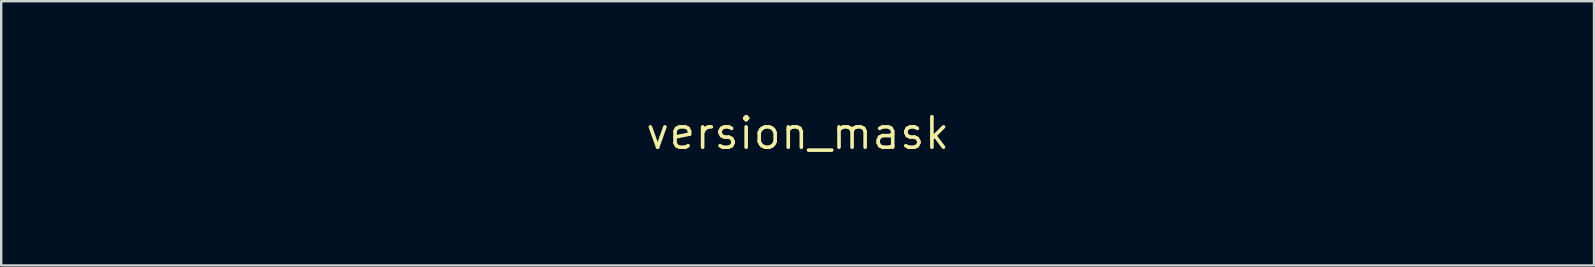
<source format=kicad_pcb>
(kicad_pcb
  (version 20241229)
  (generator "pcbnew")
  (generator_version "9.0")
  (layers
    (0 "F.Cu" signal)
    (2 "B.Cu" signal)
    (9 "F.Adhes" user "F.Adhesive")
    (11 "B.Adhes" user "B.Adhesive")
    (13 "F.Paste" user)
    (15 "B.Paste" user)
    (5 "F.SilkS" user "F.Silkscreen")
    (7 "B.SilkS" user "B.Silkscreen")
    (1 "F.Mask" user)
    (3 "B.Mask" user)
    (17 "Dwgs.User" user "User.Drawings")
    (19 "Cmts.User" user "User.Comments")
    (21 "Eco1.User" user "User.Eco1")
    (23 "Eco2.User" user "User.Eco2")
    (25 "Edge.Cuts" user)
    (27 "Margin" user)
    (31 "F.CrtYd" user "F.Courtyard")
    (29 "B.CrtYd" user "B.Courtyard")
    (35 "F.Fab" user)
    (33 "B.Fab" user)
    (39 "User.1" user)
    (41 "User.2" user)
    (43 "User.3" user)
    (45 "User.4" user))
  (footprint "version_mask"
    (layer "F.Cu")
    (at 30.193 2.505)
    (property "Reference" "version_mask" (at 0 0 0) (layer "F.SilkS") (effects (font (size 1.27 1.27) (thickness 0.15))))
    (attr through_hole)
    (fp_poly (pts (xy -7.027 -1.439) (xy -7.62 -1.439) (xy -7.62 -1.99) (xy -7.027 -1.99) (xy -7.027 -1.439)) (stroke (width 0.01) (type solid)) (fill yes) (layer "F.Mask"))
    (fp_poly (pts (xy -7.027 1.482) (xy -7.62 1.482) (xy -7.62 -1.016) (xy -7.027 -1.016) (xy -7.027 1.482)) (stroke (width 0.01) (type solid)) (fill yes) (layer "F.Mask"))
    (fp_poly (pts (xy -1.397 -1.439) (xy -1.99 -1.439) (xy -1.99 -1.99) (xy -1.397 -1.99) (xy -1.397 -1.439)) (stroke (width 0.01) (type solid)) (fill yes) (layer "F.Mask"))
    (fp_poly (pts (xy -1.397 1.482) (xy -1.99 1.482) (xy -1.99 -1.016) (xy -1.397 -1.016) (xy -1.397 1.482)) (stroke (width 0.01) (type solid)) (fill yes) (layer "F.Mask"))
    (fp_poly (pts (xy 3.133 1.482) (xy 2.498 1.482) (xy 2.498 -1.016) (xy 3.133 -1.016) (xy 3.133 1.482)) (stroke (width 0.01) (type solid)) (fill yes) (layer "F.Mask"))
    (fp_poly (pts (xy 1.98 -0.497) (xy 1.991 1.482) (xy 1.396 1.482) (xy 1.407 -0.497) (xy 1.418 -2.477) (xy 1.968 -2.477) (xy 1.98 -0.497)) (stroke (width 0.01) (type solid)) (fill yes) (layer "F.Mask"))
    (fp_poly (pts (xy -22.818 -0.466) (xy -23.41 -0.466) (xy -23.41 -0.974) (xy -23.918 -0.974) (xy -23.918 1.482) (xy -24.511 1.482) (xy -24.511 -1.482) (xy -22.818 -1.482) (xy -22.818 -0.466)) (stroke (width 0.01) (type solid)) (fill yes) (layer "F.Mask"))
    (fp_poly (pts (xy 5.376 1.482) (xy 4.784 1.482) (xy 4.784 -0.974) (xy 4.233 -0.974) (xy 4.233 1.482) (xy 3.641 1.482) (xy 3.641 -1.482) (xy 5.376 -1.482) (xy 5.376 1.482)) (stroke (width 0.01) (type solid)) (fill yes) (layer "F.Mask"))
    (fp_poly (pts (xy -25.061 1.482) (xy -26.797 1.482) (xy -26.797 -0.974) (xy -26.162 -0.974) (xy -26.162 0.974) (xy -25.654 0.974) (xy -25.654 -0.974) (xy -26.162 -0.974) (xy -26.797 -0.974) (xy -26.797 -1.482) (xy -25.061 -1.482) (xy -25.061 1.482)) (stroke (width 0.01) (type solid)) (fill yes) (layer "F.Mask"))
    (fp_poly (pts (xy -16.044 1.482) (xy -17.78 1.482) (xy -17.78 -0.974) (xy -17.145 -0.974) (xy -17.145 0.974) (xy -16.637 0.974) (xy -16.637 -0.974) (xy -17.145 -0.974) (xy -17.78 -0.974) (xy -17.78 -1.482) (xy -16.044 -1.482) (xy -16.044 1.482)) (stroke (width 0.01) (type solid)) (fill yes) (layer "F.Mask"))
    (fp_poly (pts (xy 3.133 -1.439) (xy 2.843 -1.439) (xy 2.694 -1.443) (xy 2.58 -1.453) (xy 2.526 -1.467) (xy 2.526 -1.468) (xy 2.511 -1.522) (xy 2.5 -1.634) (xy 2.498 -1.743) (xy 2.498 -1.99) (xy 3.133 -1.99) (xy 3.133 -1.439)) (stroke (width 0.01) (type solid)) (fill yes) (layer "F.Mask"))
    (fp_poly (pts (xy -4.784 -0.974) (xy -5.884 -0.974) (xy -5.884 -0.508) (xy -4.784 -0.508) (xy -4.784 1.482) (xy -6.519 1.482) (xy -6.519 0.974) (xy -5.376 0.974) (xy -5.376 0) (xy -6.519 0) (xy -6.519 -1.482) (xy -4.784 -1.482) (xy -4.784 -0.974)) (stroke (width 0.01) (type solid)) (fill yes) (layer "F.Mask"))
    (fp_poly (pts (xy -2.498 -0.466) (xy -3.133 -0.466) (xy -3.133 -0.974) (xy -3.641 -0.974) (xy -3.641 0.974) (xy -3.133 0.974) (xy -3.133 0.466) (xy -2.498 0.466) (xy -2.498 1.482) (xy -4.233 1.482) (xy -4.233 -1.482) (xy -2.498 -1.482) (xy -2.498 -0.466)) (stroke (width 0.01) (type solid)) (fill yes) (layer "F.Mask"))
    (fp_poly (pts (xy -13.801 -1.947) (xy -14.351 -1.947) (xy -14.351 -1.482) (xy -13.801 -1.482) (xy -13.801 -0.974) (xy -14.351 -0.974) (xy -14.351 1.482) (xy -14.944 1.482) (xy -14.944 -0.974) (xy -15.536 -0.974) (xy -15.536 -1.482) (xy -14.946 -1.482) (xy -14.934 -1.979) (xy -14.922 -2.477) (xy -13.801 -2.5) (xy -13.801 -1.947)) (stroke (width 0.01) (type solid)) (fill yes) (layer "F.Mask"))
    (fp_poly (pts (xy 0.847 1.482) (xy -0.251 1.482) (xy -0.263 1.979) (xy -0.275 2.477) (xy -0.561 2.489) (xy -0.847 2.502) (xy -0.847 -0.974) (xy -0.254 -0.974) (xy -0.254 0.974) (xy 0.254 0.974) (xy 0.254 -0.974) (xy -0.254 -0.974) (xy -0.847 -0.974) (xy -0.847 -1.482) (xy 0.847 -1.482) (xy 0.847 1.482)) (stroke (width 0.01) (type solid)) (fill yes) (layer "F.Mask"))
    (fp_poly (pts (xy 7.62 0.508) (xy 6.519 0.508) (xy 6.519 0.974) (xy 7.62 0.974) (xy 7.62 1.482) (xy 5.884 1.482) (xy 5.884 -0.974) (xy 6.519 -0.974) (xy 6.519 0) (xy 7.027 0) (xy 7.027 -0.974) (xy 6.519 -0.974) (xy 5.884 -0.974) (xy 5.884 -1.482) (xy 7.62 -1.482) (xy 7.62 0.508)) (stroke (width 0.01) (type solid)) (fill yes) (layer "F.Mask"))
    (fp_poly (pts (xy -21.673 -1.016) (xy -21.167 -1.016) (xy -21.167 -1.482) (xy -20.532 -1.482) (xy -20.532 -0.466) (xy -21.124 -0.466) (xy -21.124 0) (xy -20.532 0) (xy -20.532 1.482) (xy -21.167 1.482) (xy -21.167 0.508) (xy -21.675 0.508) (xy -21.675 1.482) (xy -22.268 1.482) (xy -22.257 -0.497) (xy -22.246 -2.477) (xy -21.696 -2.477) (xy -21.673 -1.016)) (stroke (width 0.01) (type solid)) (fill yes) (layer "F.Mask"))
    (fp_poly (pts (xy 23.961 -1.482) (xy 24.511 -1.482) (xy 24.511 0) (xy 23.961 0) (xy 23.961 0.508) (xy 22.818 0.508) (xy 22.818 0) (xy 22.225 0) (xy 22.225 -1.439) (xy 22.86 -1.439) (xy 22.86 0) (xy 23.918 0) (xy 23.918 -1.439) (xy 22.86 -1.439) (xy 22.225 -1.439) (xy 22.225 -1.482) (xy 22.818 -1.482) (xy 22.818 -1.99) (xy 23.961 -1.99) (xy 23.961 -1.482)) (stroke (width 0.01) (type solid)) (fill yes) (layer "F.Mask"))
    (fp_poly (pts (xy 26.797 -1.482) (xy 27.347 -1.482) (xy 27.347 0) (xy 26.797 0) (xy 26.797 0.508) (xy 25.612 0.508) (xy 25.612 0) (xy 25.061 0) (xy 25.061 -1.439) (xy 25.654 -1.439) (xy 25.654 0) (xy 26.755 0) (xy 26.755 -1.439) (xy 25.654 -1.439) (xy 25.061 -1.439) (xy 25.061 -1.482) (xy 25.612 -1.482) (xy 25.612 -1.99) (xy 26.797 -1.99) (xy 26.797 -1.482)) (stroke (width 0.01) (type solid)) (fill yes) (layer "F.Mask"))
    (fp_poly (pts (xy 21.167 -1.482) (xy 21.717 -1.482) (xy 21.717 -0.974) (xy 21.167 -0.974) (xy 21.167 -0.466) (xy 20.574 -0.466) (xy 20.574 0) (xy 21.717 0) (xy 21.717 0.508) (xy 19.431 0.508) (xy 19.431 0) (xy 19.981 0) (xy 19.981 -0.508) (xy 20.532 -0.508) (xy 20.532 -1.016) (xy 21.124 -1.016) (xy 21.124 -1.439) (xy 19.431 -1.439) (xy 19.431 -1.99) (xy 21.167 -1.99) (xy 21.167 -1.482)) (stroke (width 0.01) (type solid)) (fill yes) (layer "F.Mask"))
    (fp_poly (pts (xy 30.184 -0.466) (xy 29.591 -0.466) (xy 29.591 0) (xy 29.041 0) (xy 29.041 1.016) (xy 28.49 1.016) (xy 28.49 1.482) (xy 27.855 1.482) (xy 27.855 0.466) (xy 28.448 0.466) (xy 28.448 0) (xy 28.998 0) (xy 28.998 -1.016) (xy 29.549 -1.016) (xy 29.549 -1.439) (xy 28.49 -1.439) (xy 28.49 -0.974) (xy 27.855 -0.974) (xy 27.855 -1.99) (xy 30.184 -1.99) (xy 30.184 -0.466)) (stroke (width 0.01) (type solid)) (fill yes) (layer "F.Mask"))
    (fp_poly (pts (xy 15.515 -1.968) (xy 15.528 -1.725) (xy 15.541 -1.482) (xy 16.087 -1.482) (xy 16.087 -0.974) (xy 15.541 -0.974) (xy 15.515 -0.487) (xy 15.229 -0.474) (xy 14.944 -0.462) (xy 14.944 0) (xy 16.087 0) (xy 16.087 0.508) (xy 13.801 0.508) (xy 13.801 0) (xy 14.351 0) (xy 14.351 -0.508) (xy 14.901 -0.508) (xy 14.901 -1.016) (xy 15.494 -1.016) (xy 15.494 -1.439) (xy 13.801 -1.439) (xy 13.801 -1.991) (xy 15.515 -1.968)) (stroke (width 0.01) (type solid)) (fill yes) (layer "F.Mask"))
    (fp_poly (pts (xy 10.997 -1.979) (xy 11.009 -1.482) (xy 11.557 -1.482) (xy 11.557 0) (xy 12.107 0) (xy 12.107 -1.482) (xy 12.655 -1.482) (xy 12.667 -1.979) (xy 12.679 -2.477) (xy 13.229 -2.477) (xy 13.241 -1.725) (xy 13.252 -0.974) (xy 12.7 -0.974) (xy 12.7 0.508) (xy 12.15 0.508) (xy 12.15 1.482) (xy 11.515 1.482) (xy 11.515 0.508) (xy 10.964 0.508) (xy 10.964 -0.974) (xy 10.412 -0.974) (xy 10.424 -1.725) (xy 10.435 -2.477) (xy 10.986 -2.477) (xy 10.997 -1.979)) (stroke (width 0.01) (type solid)) (fill yes) (layer "F.Mask"))
    (fp_poly (pts (xy -8.729 -2.233) (xy -8.716 -1.99) (xy -8.17 -1.99) (xy -8.17 1.016) (xy -8.721 1.016) (xy -8.721 1.482) (xy -11.007 1.482) (xy -11.007 0.974) (xy -10.456 0.974) (xy -10.456 -1.947) (xy -9.821 -1.947) (xy -9.821 0.974) (xy -9.313 0.974) (xy -9.313 0.466) (xy -8.763 0.466) (xy -8.763 -1.439) (xy -9.313 -1.439) (xy -9.313 -1.947) (xy -9.821 -1.947) (xy -10.456 -1.947) (xy -10.734 -1.947) (xy -11.011 -1.947) (xy -10.998 -2.212) (xy -10.986 -2.477) (xy -8.742 -2.477) (xy -8.729 -2.233)) (stroke (width 0.01) (type solid)) (fill yes) (layer "F.Mask"))
    (fp_poly (pts (xy -27.314 -1.958) (xy -27.302 -1.439) (xy -27.855 -1.439) (xy -27.855 0) (xy -28.49 0) (xy -28.49 -0.466) (xy -28.998 -0.466) (xy -28.998 0.974) (xy -28.448 0.974) (xy -28.448 1.482) (xy -30.184 1.482) (xy -30.184 0.974) (xy -29.591 0.974) (xy -29.591 -1.947) (xy -28.998 -1.947) (xy -28.998 -1.016) (xy -28.49 -1.016) (xy -28.49 -1.482) (xy -27.898 -1.482) (xy -27.898 -1.947) (xy -28.998 -1.947) (xy -29.591 -1.947) (xy -29.889 -1.947) (xy -30.188 -1.947) (xy -30.175 -2.212) (xy -30.163 -2.477) (xy -27.326 -2.477) (xy -27.314 -1.958)) (stroke (width 0.01) (type solid)) (fill yes) (layer "F.Mask"))
    (fp_poly (pts (xy 18.33 -1.482) (xy 18.881 -1.482) (xy 18.881 0) (xy 18.33 0) (xy 18.33 0.508) (xy 17.766 0.508) (xy 17.555 0.506) (xy 17.376 0.5) (xy 17.245 0.492) (xy 17.178 0.482) (xy 17.173 0.48) (xy 17.157 0.425) (xy 17.147 0.314) (xy 17.145 0.226) (xy 17.145 0) (xy 16.595 0) (xy 16.595 -1.439) (xy 17.187 -1.439) (xy 17.187 0) (xy 18.288 0) (xy 18.288 -1.439) (xy 17.187 -1.439) (xy 16.595 -1.439) (xy 16.595 -1.482) (xy 17.141 -1.482) (xy 17.153 -1.725) (xy 17.166 -1.968) (xy 17.748 -1.98) (xy 18.33 -1.992) (xy 18.33 -1.482)) (stroke (width 0.01) (type solid)) (fill yes) (layer "F.Mask")))
  (gr_rect
    (start -3 -3)
    (end 63.381 8.012)
    (stroke (width 0.1) (type default))
    (fill no)
    (layer "Edge.Cuts")))
</source>
